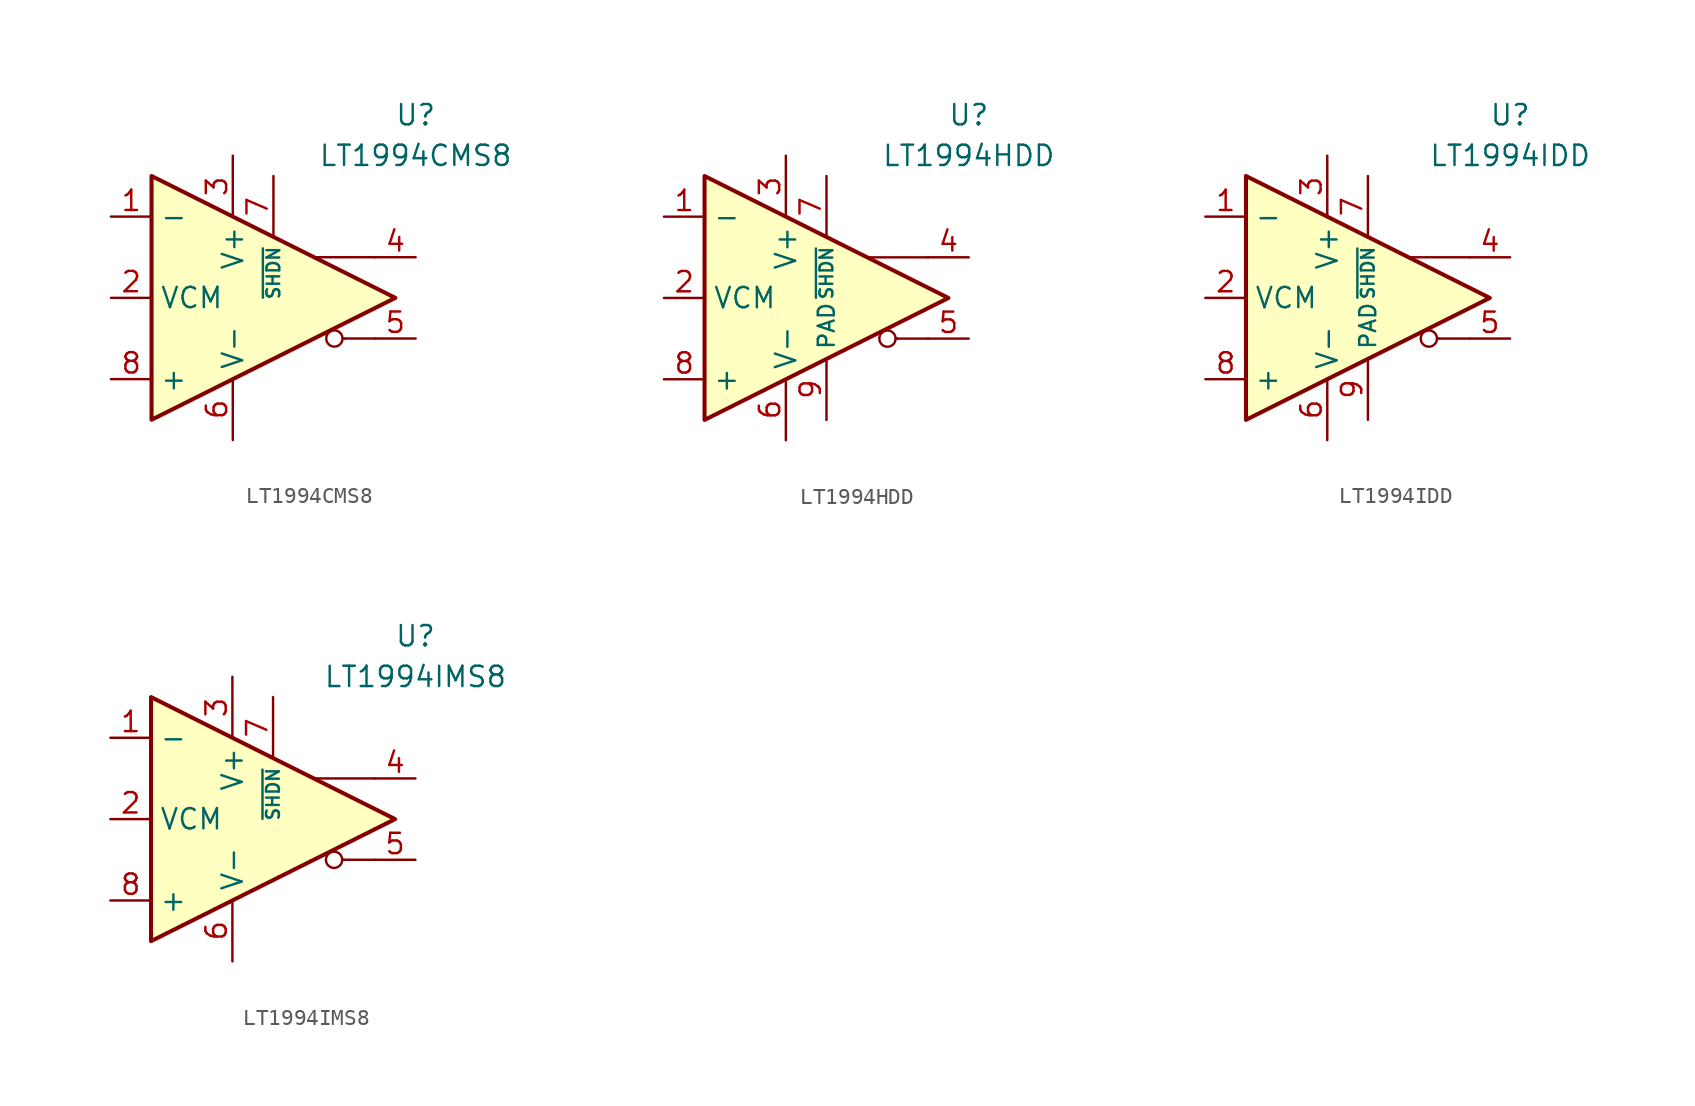
<source format=kicad_sym>
(kicad_symbol_lib
  (version 20231120)
  (generator "kicad_symbol_editor")
  (generator_version "8.0")
  (symbol "LT1994CMS8"
    (property "Reference" "U"
      (at 8.89 11.43 0)
      (effects (font (size 1.27 1.27))))
    (property "Value" "LT1994CMS8"
      (at 8.89 8.89 0)
      (effects (font (size 1.27 1.27))))
    (symbol "LT1994CMS8_0_0"
      (polyline (pts (xy 4.445 -2.54) (xy 4.318 -2.54)) (stroke (width 0.152) (type default)) (fill (type none)))
      (polyline (pts (xy 6.35 -2.54) (xy 4.445 -2.54)) (stroke (width 0.152) (type default)) (fill (type none)))
      (polyline (pts (xy 6.35 2.54) (xy 2.54 2.54)) (stroke (width 0.152) (type default)) (fill (type none)))
      (circle (center 3.81 -2.54) (radius 0.508) (stroke (width 0.152) (type default)) (fill (type none))))
    (symbol "LT1994CMS8_0_1"
      (polyline (pts (xy -7.62 7.62) (xy -7.62 -7.62) (xy 7.62 0) (xy -7.62 7.62)) (stroke (width 0.254) (type default)) (fill (type background))))
    (symbol "LT1994CMS8_1_1"
      (pin input line (at -10.16 5.08 0) (length 2.54) (name "-" (effects (font (size 1.27 1.27)))) (number "1" (effects (font (size 1.27 1.27)))))
      (pin input line (at -10.16 0 0) (length 2.54) (name "VCM" (effects (font (size 1.27 1.27)))) (number "2" (effects (font (size 1.27 1.27)))))
      (pin power_in line (at -2.54 8.89 270) (length 3.84) (name "V+" (effects (font (size 1.27 1.27)))) (number "3" (effects (font (size 1.27 1.27)))))
      (pin output line (at 8.89 2.54 180) (length 2.54) (name "~" (effects (font (size 1.27 1.27)))) (number "4" (effects (font (size 1.27 1.27)))))
      (pin output line (at 8.89 -2.54 180) (length 2.54) (name "~" (effects (font (size 1.27 1.27)))) (number "5" (effects (font (size 1.27 1.27)))))
      (pin power_in line (at -2.54 -8.89 90) (length 3.84) (name "V-" (effects (font (size 1.27 1.27)))) (number "6" (effects (font (size 1.27 1.27)))))
      (pin input line (at 0 7.62 270) (length 3.84) (name "~{SHDN}" (effects (font (size 0.8 0.8)))) (number "7" (effects (font (size 1.27 1.27)))))
      (pin input line (at -10.16 -5.08 0) (length 2.54) (name "+" (effects (font (size 1.27 1.27)))) (number "8" (effects (font (size 1.27 1.27)))))))
  (symbol "LT1994HDD"
    (property "Reference" "U"
      (at 8.89 11.43 0)
      (effects (font (size 1.27 1.27))))
    (property "Value" "LT1994HDD"
      (at 8.89 8.89 0)
      (effects (font (size 1.27 1.27))))
    (symbol "LT1994HDD_0_0"
      (polyline (pts (xy 4.445 -2.54) (xy 4.318 -2.54)) (stroke (width 0.152) (type default)) (fill (type none)))
      (polyline (pts (xy 6.35 -2.54) (xy 4.445 -2.54)) (stroke (width 0.152) (type default)) (fill (type none)))
      (polyline (pts (xy 6.35 2.54) (xy 2.54 2.54)) (stroke (width 0.152) (type default)) (fill (type none)))
      (circle (center 3.81 -2.54) (radius 0.508) (stroke (width 0.152) (type default)) (fill (type none))))
    (symbol "LT1994HDD_0_1"
      (polyline (pts (xy -7.62 7.62) (xy -7.62 -7.62) (xy 7.62 0) (xy -7.62 7.62)) (stroke (width 0.254) (type default)) (fill (type background))))
    (symbol "LT1994HDD_1_1"
      (pin input line (at -10.16 5.08 0) (length 2.54) (name "-" (effects (font (size 1.27 1.27)))) (number "1" (effects (font (size 1.27 1.27)))))
      (pin input line (at -10.16 0 0) (length 2.54) (name "VCM" (effects (font (size 1.27 1.27)))) (number "2" (effects (font (size 1.27 1.27)))))
      (pin power_in line (at -2.54 8.89 270) (length 3.84) (name "V+" (effects (font (size 1.27 1.27)))) (number "3" (effects (font (size 1.27 1.27)))))
      (pin output line (at 8.89 2.54 180) (length 2.54) (name "~" (effects (font (size 1.27 1.27)))) (number "4" (effects (font (size 1.27 1.27)))))
      (pin output line (at 8.89 -2.54 180) (length 2.54) (name "~" (effects (font (size 1.27 1.27)))) (number "5" (effects (font (size 1.27 1.27)))))
      (pin power_in line (at -2.54 -8.89 90) (length 3.84) (name "V-" (effects (font (size 1.27 1.27)))) (number "6" (effects (font (size 1.27 1.27)))))
      (pin input line (at 0 7.62 270) (length 3.84) (name "~{SHDN}" (effects (font (size 0.8 0.8)))) (number "7" (effects (font (size 1.27 1.27)))))
      (pin input line (at -10.16 -5.08 0) (length 2.54) (name "+" (effects (font (size 1.27 1.27)))) (number "8" (effects (font (size 1.27 1.27)))))
      (pin power_in line (at 0 -7.62 90) (length 3.84) (name "PAD" (effects (font (size 1 1)))) (number "9" (effects (font (size 1.27 1.27)))))))
  (symbol "LT1994IDD"
    (property "Reference" "U"
      (at 8.89 11.43 0)
      (effects (font (size 1.27 1.27))))
    (property "Value" "LT1994IDD"
      (at 8.89 8.89 0)
      (effects (font (size 1.27 1.27))))
    (symbol "LT1994IDD_0_0"
      (polyline (pts (xy 4.445 -2.54) (xy 4.318 -2.54)) (stroke (width 0.152) (type default)) (fill (type none)))
      (polyline (pts (xy 6.35 -2.54) (xy 4.445 -2.54)) (stroke (width 0.152) (type default)) (fill (type none)))
      (polyline (pts (xy 6.35 2.54) (xy 2.54 2.54)) (stroke (width 0.152) (type default)) (fill (type none)))
      (circle (center 3.81 -2.54) (radius 0.508) (stroke (width 0.152) (type default)) (fill (type none))))
    (symbol "LT1994IDD_0_1"
      (polyline (pts (xy -7.62 7.62) (xy -7.62 -7.62) (xy 7.62 0) (xy -7.62 7.62)) (stroke (width 0.254) (type default)) (fill (type background))))
    (symbol "LT1994IDD_1_1"
      (pin input line (at -10.16 5.08 0) (length 2.54) (name "-" (effects (font (size 1.27 1.27)))) (number "1" (effects (font (size 1.27 1.27)))))
      (pin input line (at -10.16 0 0) (length 2.54) (name "VCM" (effects (font (size 1.27 1.27)))) (number "2" (effects (font (size 1.27 1.27)))))
      (pin power_in line (at -2.54 8.89 270) (length 3.84) (name "V+" (effects (font (size 1.27 1.27)))) (number "3" (effects (font (size 1.27 1.27)))))
      (pin output line (at 8.89 2.54 180) (length 2.54) (name "~" (effects (font (size 1.27 1.27)))) (number "4" (effects (font (size 1.27 1.27)))))
      (pin output line (at 8.89 -2.54 180) (length 2.54) (name "~" (effects (font (size 1.27 1.27)))) (number "5" (effects (font (size 1.27 1.27)))))
      (pin power_in line (at -2.54 -8.89 90) (length 3.84) (name "V-" (effects (font (size 1.27 1.27)))) (number "6" (effects (font (size 1.27 1.27)))))
      (pin input line (at 0 7.62 270) (length 3.84) (name "~{SHDN}" (effects (font (size 0.8 0.8)))) (number "7" (effects (font (size 1.27 1.27)))))
      (pin input line (at -10.16 -5.08 0) (length 2.54) (name "+" (effects (font (size 1.27 1.27)))) (number "8" (effects (font (size 1.27 1.27)))))
      (pin power_in line (at 0 -7.62 90) (length 3.84) (name "PAD" (effects (font (size 1 1)))) (number "9" (effects (font (size 1.27 1.27)))))))
  (symbol "LT1994IMS8"
    (property "Reference" "U"
      (at 8.89 11.43 0)
      (effects (font (size 1.27 1.27))))
    (property "Value" "LT1994IMS8"
      (at 8.89 8.89 0)
      (effects (font (size 1.27 1.27))))
    (symbol "LT1994IMS8_0_0"
      (polyline (pts (xy 4.445 -2.54) (xy 4.318 -2.54)) (stroke (width 0.152) (type default)) (fill (type none)))
      (polyline (pts (xy 6.35 -2.54) (xy 4.445 -2.54)) (stroke (width 0.152) (type default)) (fill (type none)))
      (polyline (pts (xy 6.35 2.54) (xy 2.54 2.54)) (stroke (width 0.152) (type default)) (fill (type none)))
      (circle (center 3.81 -2.54) (radius 0.508) (stroke (width 0.152) (type default)) (fill (type none))))
    (symbol "LT1994IMS8_0_1"
      (polyline (pts (xy -7.62 7.62) (xy -7.62 -7.62) (xy 7.62 0) (xy -7.62 7.62)) (stroke (width 0.254) (type default)) (fill (type background))))
    (symbol "LT1994IMS8_1_1"
      (pin input line (at -10.16 5.08 0) (length 2.54) (name "-" (effects (font (size 1.27 1.27)))) (number "1" (effects (font (size 1.27 1.27)))))
      (pin input line (at -10.16 0 0) (length 2.54) (name "VCM" (effects (font (size 1.27 1.27)))) (number "2" (effects (font (size 1.27 1.27)))))
      (pin power_in line (at -2.54 8.89 270) (length 3.84) (name "V+" (effects (font (size 1.27 1.27)))) (number "3" (effects (font (size 1.27 1.27)))))
      (pin output line (at 8.89 2.54 180) (length 2.54) (name "~" (effects (font (size 1.27 1.27)))) (number "4" (effects (font (size 1.27 1.27)))))
      (pin output line (at 8.89 -2.54 180) (length 2.54) (name "~" (effects (font (size 1.27 1.27)))) (number "5" (effects (font (size 1.27 1.27)))))
      (pin power_in line (at -2.54 -8.89 90) (length 3.84) (name "V-" (effects (font (size 1.27 1.27)))) (number "6" (effects (font (size 1.27 1.27)))))
      (pin input line (at 0 7.62 270) (length 3.84) (name "~{SHDN}" (effects (font (size 0.8 0.8)))) (number "7" (effects (font (size 1.27 1.27)))))
      (pin input line (at -10.16 -5.08 0) (length 2.54) (name "+" (effects (font (size 1.27 1.27)))) (number "8" (effects (font (size 1.27 1.27))))))))
</source>
